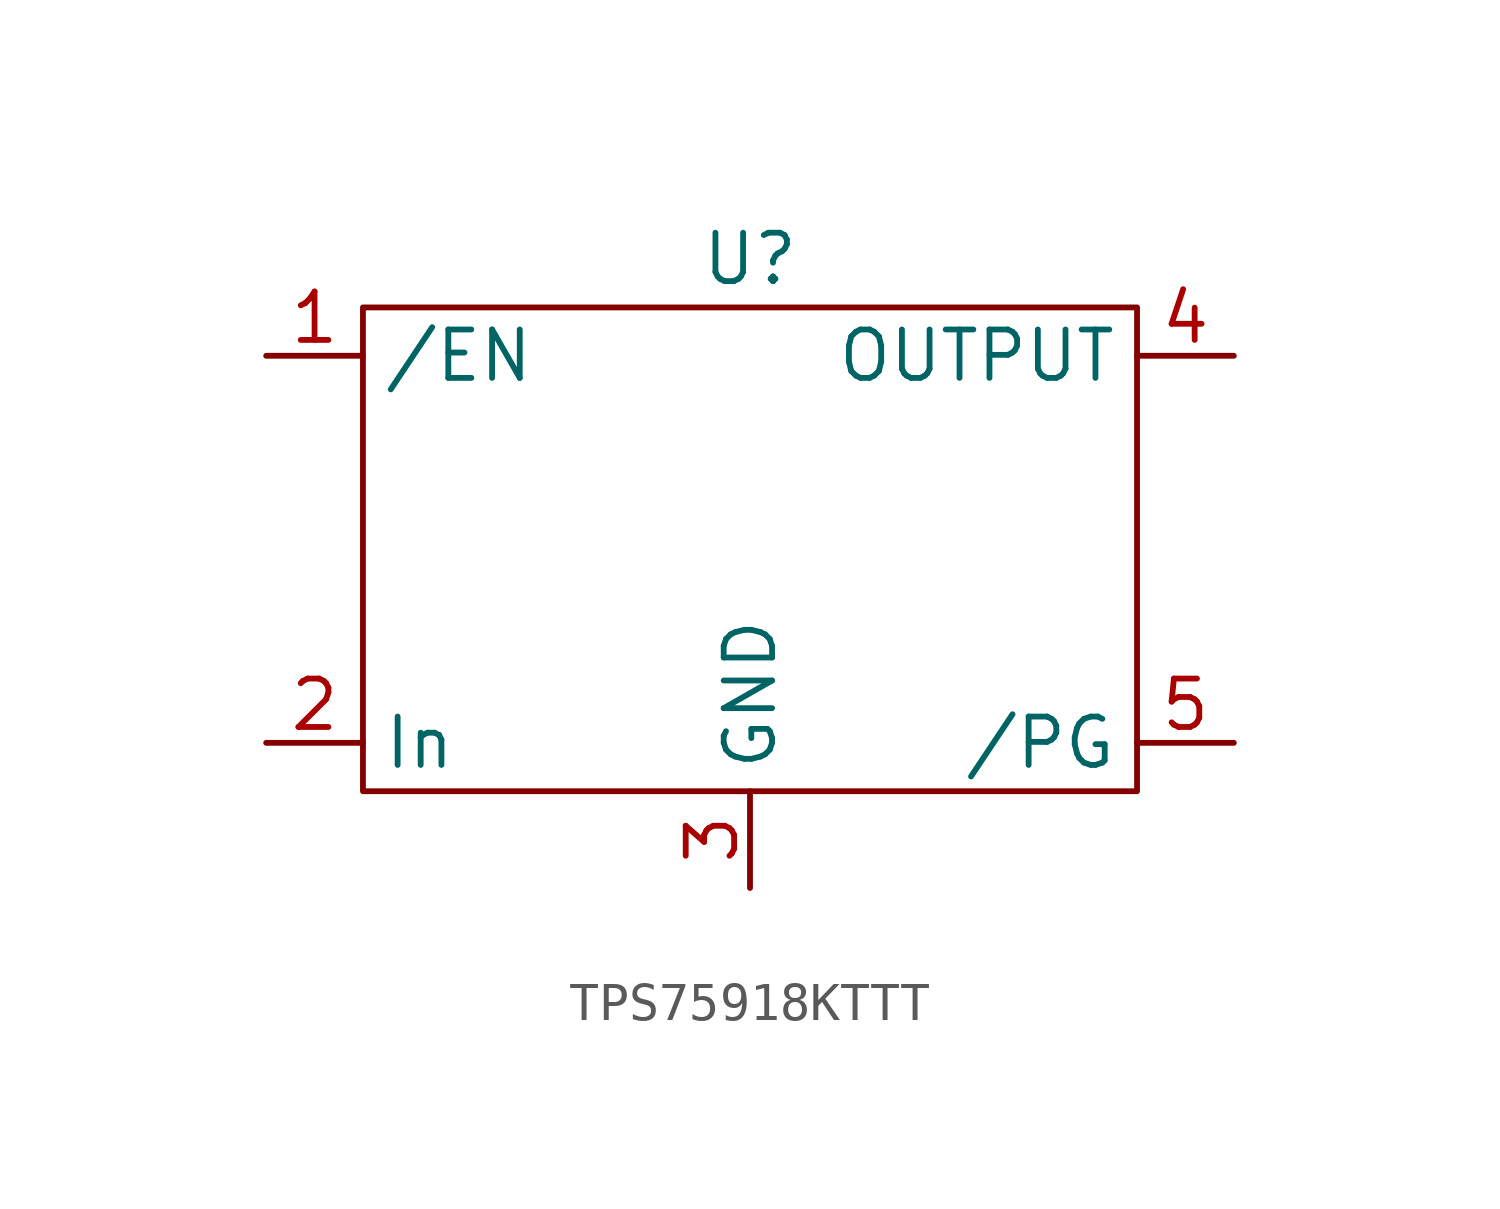
<source format=kicad_sym>
(kicad_symbol_lib
  (version 20231120)
  (generator "kicad_symbol_editor")
  (generator_version "8.0")
  (symbol "TPS75918KTTT"
    (property "Reference" "U"
      (at 0 0 0)
      (effects (font (size 1.27 1.27))))
    (property "Value" ""
      (at 0 0 0)
      (effects (font (size 1.27 1.27))))
    (symbol "TPS75918KTTT_0_1"
      (rectangle (start -10.16 -1.27) (end 10.16 -13.97) (stroke (width 0) (type default)) (fill (type none))))
    (symbol "TPS75918KTTT_1_1"
      (pin input line (at -12.7 -2.54 0) (length 2.54) (name "/EN" (effects (font (size 1.27 1.27)))) (number "1" (effects (font (size 1.27 1.27)))))
      (pin input line (at -12.7 -12.7 0) (length 2.54) (name "In" (effects (font (size 1.27 1.27)))) (number "2" (effects (font (size 1.27 1.27)))))
      (pin input line (at 0 -16.51 90) (length 2.54) (name "GND" (effects (font (size 1.27 1.27)))) (number "3" (effects (font (size 1.27 1.27)))))
      (pin input line (at 12.7 -2.54 180) (length 2.54) (name "OUTPUT" (effects (font (size 1.27 1.27)))) (number "4" (effects (font (size 1.27 1.27)))))
      (pin input line (at 12.7 -12.7 180) (length 2.54) (name "/PG" (effects (font (size 1.27 1.27)))) (number "5" (effects (font (size 1.27 1.27))))))))
</source>
